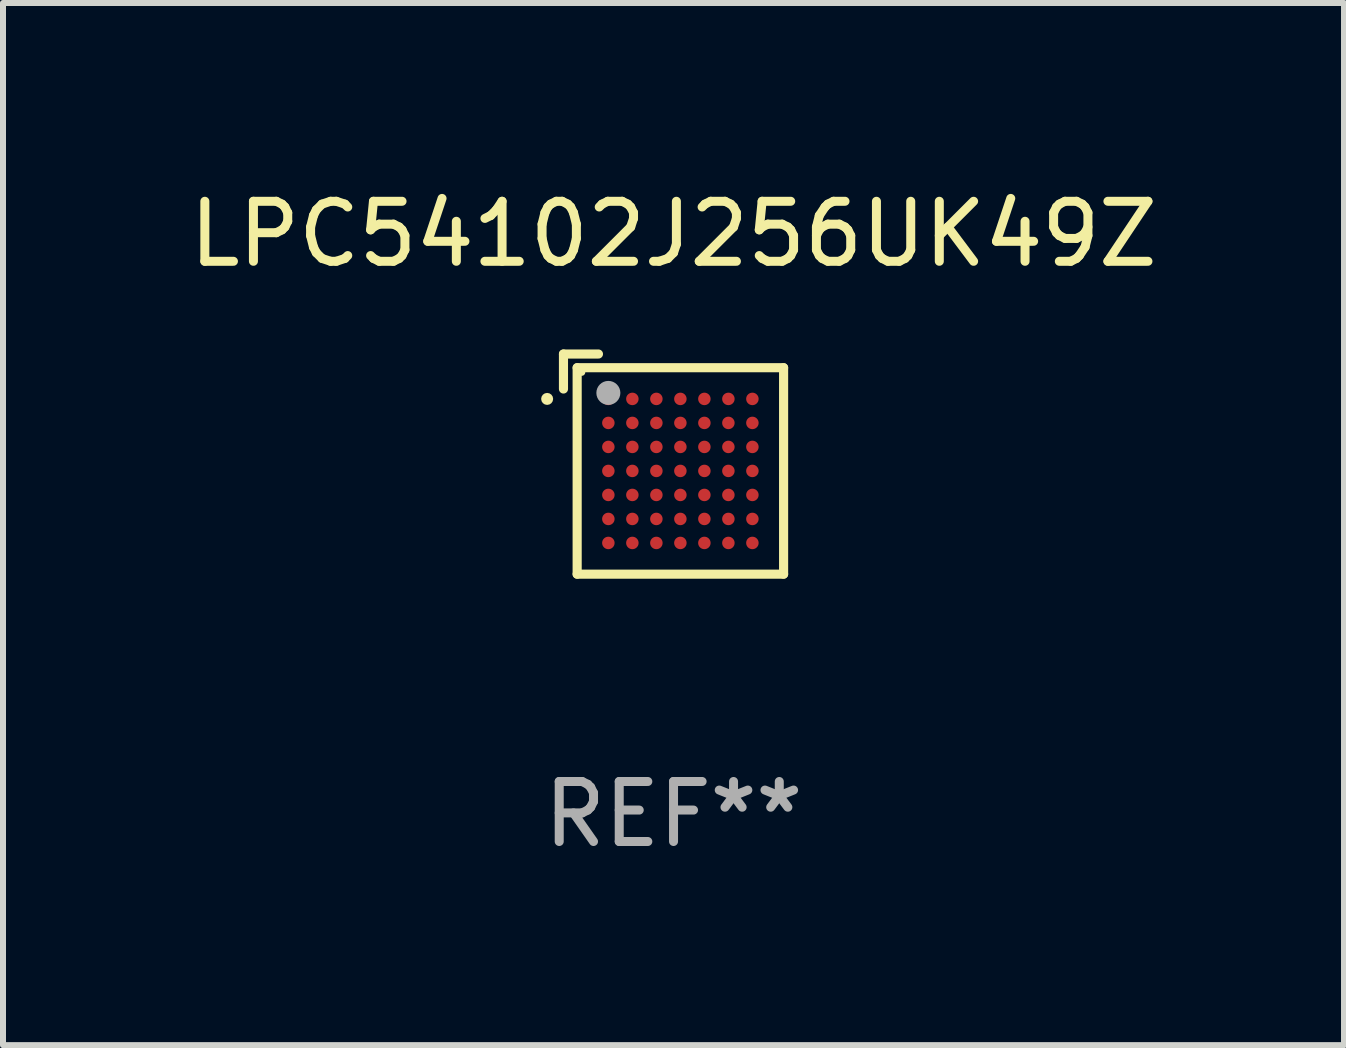
<source format=kicad_pcb>
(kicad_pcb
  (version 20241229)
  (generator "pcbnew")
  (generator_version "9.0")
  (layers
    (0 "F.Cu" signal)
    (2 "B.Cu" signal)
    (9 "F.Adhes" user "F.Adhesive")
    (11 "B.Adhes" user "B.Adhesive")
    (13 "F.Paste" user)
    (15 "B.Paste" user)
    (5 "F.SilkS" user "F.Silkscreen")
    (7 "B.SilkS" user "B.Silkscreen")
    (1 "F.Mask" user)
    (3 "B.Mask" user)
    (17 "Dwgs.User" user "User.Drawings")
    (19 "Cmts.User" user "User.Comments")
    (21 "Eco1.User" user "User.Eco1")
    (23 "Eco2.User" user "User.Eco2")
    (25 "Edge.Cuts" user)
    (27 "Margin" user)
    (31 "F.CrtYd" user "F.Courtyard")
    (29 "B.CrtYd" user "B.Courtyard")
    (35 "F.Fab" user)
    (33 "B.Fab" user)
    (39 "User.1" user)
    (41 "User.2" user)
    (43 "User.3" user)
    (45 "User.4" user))
  (footprint "LPC54102J256UK49Z"
    (layer "F.Cu")
    (at 8.173 4.683)
    (property "Reference" "LPC54102J256UK49Z" (at 0 -3.834 0) (layer "F.SilkS") (effects (font (size 1 1) (thickness 0.15))))
    (attr through_hole)
    (fp_line (start -1.834 -1.834) (end -1.251 -1.834) (stroke (width 0.152) (type solid)) (layer "F.SilkS"))
    (fp_line (start -1.834 -1.251) (end -1.834 -1.834) (stroke (width 0.152) (type solid)) (layer "F.SilkS"))
    (fp_line (start -1.606 -1.606) (end 1.834 -1.606) (stroke (width 0.152) (type solid)) (layer "F.SilkS"))
    (fp_line (start -1.606 1.834) (end -1.606 -1.606) (stroke (width 0.152) (type solid)) (layer "F.SilkS"))
    (fp_line (start 1.834 -1.606) (end 1.834 1.834) (stroke (width 0.152) (type solid)) (layer "F.SilkS"))
    (fp_line (start 1.834 1.834) (end -1.606 1.834) (stroke (width 0.152) (type solid)) (layer "F.SilkS"))
    (fp_circle (center -2.106 -1.086) (end -2.056 -1.086) (stroke (width 0.1) (type solid)) (fill no) (layer "F.SilkS"))
    (fp_circle (center -1.53 -1.53) (end -1.5 -1.53) (stroke (width 0.06) (type solid)) (fill no) (layer "F.SilkS"))
    (fp_circle (center -1.086 -1.186) (end -0.986 -1.186) (stroke (width 0.2) (type solid)) (fill no) (layer "F.Fab"))
    (fp_text user "REF**" (at 0 5.834 0) (layer "F.Fab") (effects (font (size 1 1) (thickness 0.15))))
    (pad "A1" smd circle (at -1.086 -1.086) (size 0.208 0.208) (layers "F.Cu" "F.Mask" "F.Paste"))
    (pad "A2" smd circle (at -0.686 -1.086) (size 0.208 0.208) (layers "F.Cu" "F.Mask" "F.Paste"))
    (pad "A3" smd circle (at -0.286 -1.086) (size 0.208 0.208) (layers "F.Cu" "F.Mask" "F.Paste"))
    (pad "A4" smd circle (at 0.114 -1.086) (size 0.208 0.208) (layers "F.Cu" "F.Mask" "F.Paste"))
    (pad "A5" smd circle (at 0.514 -1.086) (size 0.208 0.208) (layers "F.Cu" "F.Mask" "F.Paste"))
    (pad "A6" smd circle (at 0.914 -1.086) (size 0.208 0.208) (layers "F.Cu" "F.Mask" "F.Paste"))
    (pad "A7" smd circle (at 1.314 -1.086) (size 0.208 0.208) (layers "F.Cu" "F.Mask" "F.Paste"))
    (pad "B1" smd circle (at -1.086 -0.686) (size 0.208 0.208) (layers "F.Cu" "F.Mask" "F.Paste"))
    (pad "B2" smd circle (at -0.686 -0.686) (size 0.208 0.208) (layers "F.Cu" "F.Mask" "F.Paste"))
    (pad "B3" smd circle (at -0.286 -0.686) (size 0.208 0.208) (layers "F.Cu" "F.Mask" "F.Paste"))
    (pad "B4" smd circle (at 0.114 -0.686) (size 0.208 0.208) (layers "F.Cu" "F.Mask" "F.Paste"))
    (pad "B5" smd circle (at 0.514 -0.686) (size 0.208 0.208) (layers "F.Cu" "F.Mask" "F.Paste"))
    (pad "B6" smd circle (at 0.914 -0.686) (size 0.208 0.208) (layers "F.Cu" "F.Mask" "F.Paste"))
    (pad "B7" smd circle (at 1.314 -0.686) (size 0.208 0.208) (layers "F.Cu" "F.Mask" "F.Paste"))
    (pad "C1" smd circle (at -1.086 -0.286) (size 0.208 0.208) (layers "F.Cu" "F.Mask" "F.Paste"))
    (pad "C2" smd circle (at -0.686 -0.286) (size 0.208 0.208) (layers "F.Cu" "F.Mask" "F.Paste"))
    (pad "C3" smd circle (at -0.286 -0.286) (size 0.208 0.208) (layers "F.Cu" "F.Mask" "F.Paste"))
    (pad "C4" smd circle (at 0.114 -0.286) (size 0.208 0.208) (layers "F.Cu" "F.Mask" "F.Paste"))
    (pad "C5" smd circle (at 0.514 -0.286) (size 0.208 0.208) (layers "F.Cu" "F.Mask" "F.Paste"))
    (pad "C6" smd circle (at 0.914 -0.286) (size 0.208 0.208) (layers "F.Cu" "F.Mask" "F.Paste"))
    (pad "C7" smd circle (at 1.314 -0.286) (size 0.208 0.208) (layers "F.Cu" "F.Mask" "F.Paste"))
    (pad "D1" smd circle (at -1.086 0.114) (size 0.208 0.208) (layers "F.Cu" "F.Mask" "F.Paste"))
    (pad "D2" smd circle (at -0.686 0.114) (size 0.208 0.208) (layers "F.Cu" "F.Mask" "F.Paste"))
    (pad "D3" smd circle (at -0.286 0.114) (size 0.208 0.208) (layers "F.Cu" "F.Mask" "F.Paste"))
    (pad "D4" smd circle (at 0.114 0.114) (size 0.208 0.208) (layers "F.Cu" "F.Mask" "F.Paste"))
    (pad "D5" smd circle (at 0.514 0.114) (size 0.208 0.208) (layers "F.Cu" "F.Mask" "F.Paste"))
    (pad "D6" smd circle (at 0.914 0.114) (size 0.208 0.208) (layers "F.Cu" "F.Mask" "F.Paste"))
    (pad "D7" smd circle (at 1.314 0.114) (size 0.208 0.208) (layers "F.Cu" "F.Mask" "F.Paste"))
    (pad "E1" smd circle (at -1.086 0.514) (size 0.208 0.208) (layers "F.Cu" "F.Mask" "F.Paste"))
    (pad "E2" smd circle (at -0.686 0.514) (size 0.208 0.208) (layers "F.Cu" "F.Mask" "F.Paste"))
    (pad "E3" smd circle (at -0.286 0.514) (size 0.208 0.208) (layers "F.Cu" "F.Mask" "F.Paste"))
    (pad "E4" smd circle (at 0.114 0.514) (size 0.208 0.208) (layers "F.Cu" "F.Mask" "F.Paste"))
    (pad "E5" smd circle (at 0.514 0.514) (size 0.208 0.208) (layers "F.Cu" "F.Mask" "F.Paste"))
    (pad "E6" smd circle (at 0.914 0.514) (size 0.208 0.208) (layers "F.Cu" "F.Mask" "F.Paste"))
    (pad "E7" smd circle (at 1.314 0.514) (size 0.208 0.208) (layers "F.Cu" "F.Mask" "F.Paste"))
    (pad "F1" smd circle (at -1.086 0.914) (size 0.208 0.208) (layers "F.Cu" "F.Mask" "F.Paste"))
    (pad "F2" smd circle (at -0.686 0.914) (size 0.208 0.208) (layers "F.Cu" "F.Mask" "F.Paste"))
    (pad "F3" smd circle (at -0.286 0.914) (size 0.208 0.208) (layers "F.Cu" "F.Mask" "F.Paste"))
    (pad "F4" smd circle (at 0.114 0.914) (size 0.208 0.208) (layers "F.Cu" "F.Mask" "F.Paste"))
    (pad "F5" smd circle (at 0.514 0.914) (size 0.208 0.208) (layers "F.Cu" "F.Mask" "F.Paste"))
    (pad "F6" smd circle (at 0.914 0.914) (size 0.208 0.208) (layers "F.Cu" "F.Mask" "F.Paste"))
    (pad "F7" smd circle (at 1.314 0.914) (size 0.208 0.208) (layers "F.Cu" "F.Mask" "F.Paste"))
    (pad "G1" smd circle (at -1.086 1.314) (size 0.208 0.208) (layers "F.Cu" "F.Mask" "F.Paste"))
    (pad "G2" smd circle (at -0.686 1.314) (size 0.208 0.208) (layers "F.Cu" "F.Mask" "F.Paste"))
    (pad "G3" smd circle (at -0.286 1.314) (size 0.208 0.208) (layers "F.Cu" "F.Mask" "F.Paste"))
    (pad "G4" smd circle (at 0.114 1.314) (size 0.208 0.208) (layers "F.Cu" "F.Mask" "F.Paste"))
    (pad "G5" smd circle (at 0.514 1.314) (size 0.208 0.208) (layers "F.Cu" "F.Mask" "F.Paste"))
    (pad "G6" smd circle (at 0.914 1.314) (size 0.208 0.208) (layers "F.Cu" "F.Mask" "F.Paste"))
    (pad "G7" smd circle (at 1.314 1.314) (size 0.208 0.208) (layers "F.Cu" "F.Mask" "F.Paste")))
  (gr_rect
    (start -3 -3)
    (end 19.345 14.365)
    (stroke (width 0.1) (type default))
    (fill no)
    (layer "Edge.Cuts")))
</source>
